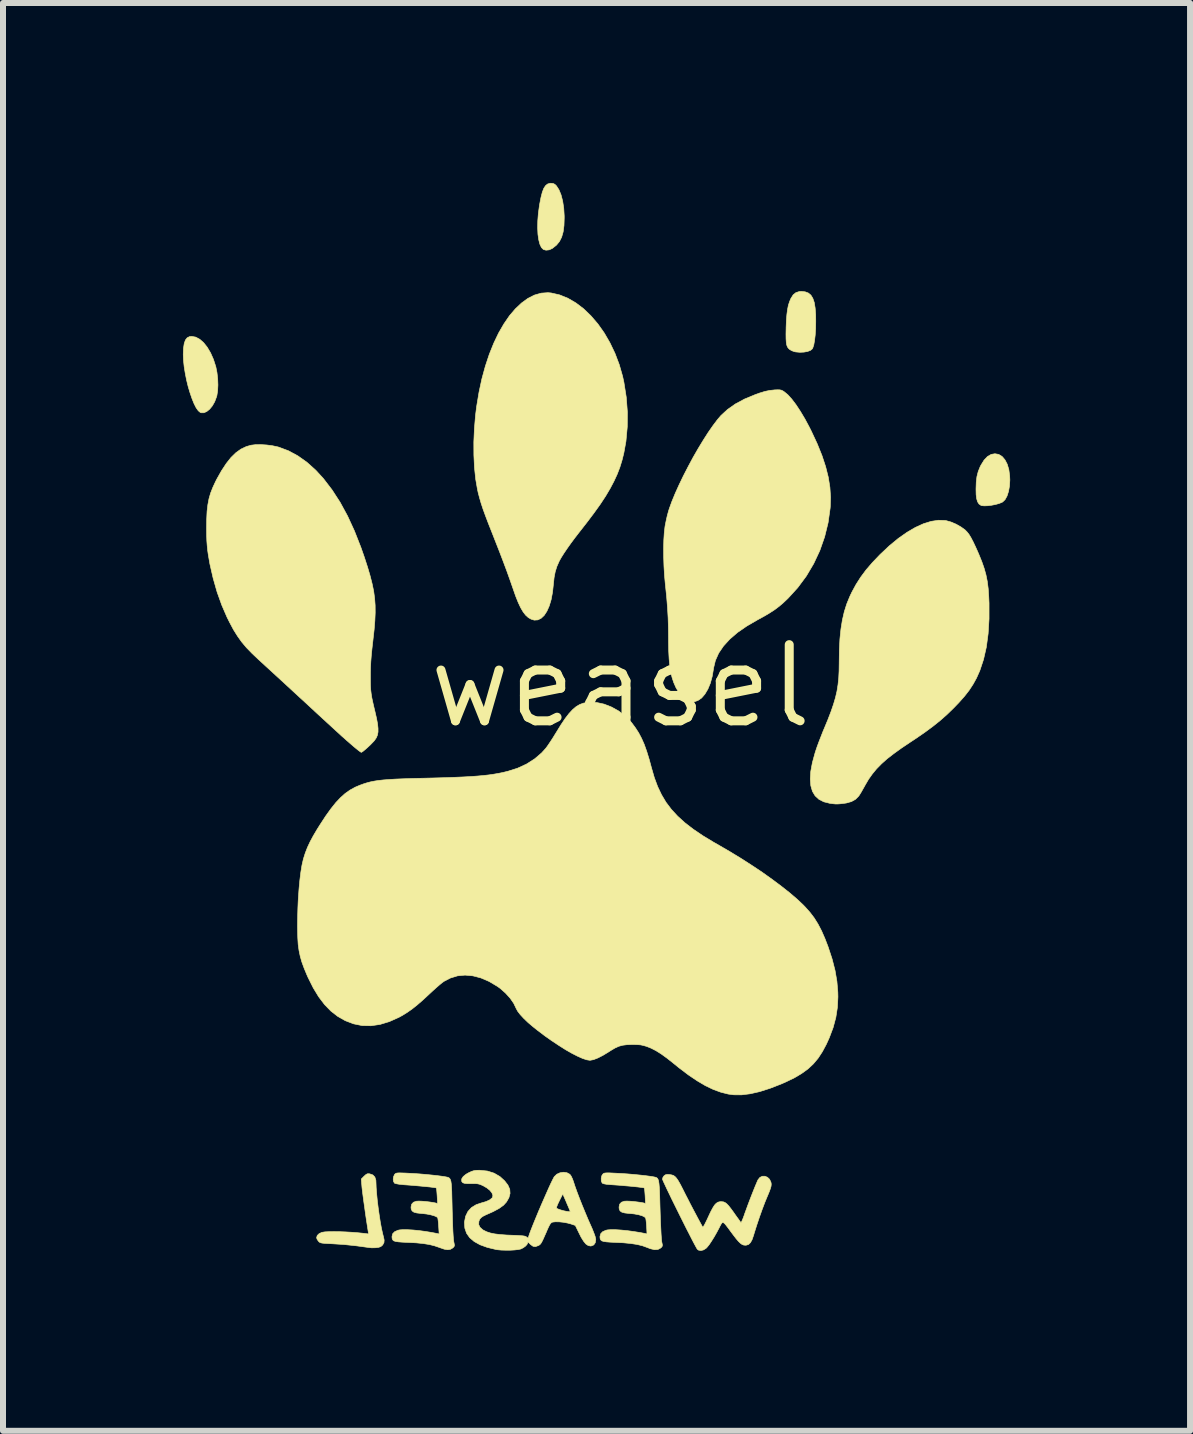
<source format=kicad_pcb>
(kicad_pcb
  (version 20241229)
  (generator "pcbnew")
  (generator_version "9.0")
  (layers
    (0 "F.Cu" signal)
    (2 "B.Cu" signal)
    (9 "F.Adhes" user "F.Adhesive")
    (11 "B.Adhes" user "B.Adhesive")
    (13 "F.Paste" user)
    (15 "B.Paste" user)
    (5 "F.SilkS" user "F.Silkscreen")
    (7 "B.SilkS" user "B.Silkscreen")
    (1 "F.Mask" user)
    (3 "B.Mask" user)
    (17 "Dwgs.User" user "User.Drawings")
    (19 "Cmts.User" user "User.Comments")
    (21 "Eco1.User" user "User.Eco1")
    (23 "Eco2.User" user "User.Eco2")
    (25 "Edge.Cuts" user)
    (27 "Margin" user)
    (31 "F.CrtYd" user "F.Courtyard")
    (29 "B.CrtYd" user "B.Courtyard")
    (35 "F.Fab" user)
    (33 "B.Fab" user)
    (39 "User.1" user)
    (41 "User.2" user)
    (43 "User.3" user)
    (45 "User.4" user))
  (footprint "weasel"
    (layer "F.Cu")
    (at 7.295 8.387)
    (property "Reference" "weasel" (at 0 0 0) (layer "F.SilkS") (effects (font (size 1.27 1.27) (thickness 0.15))))
    (attr through_hole)
    (fp_poly (pts (xy -1.123 -8.378) (xy -1.095 -8.364) (xy -1.069 -8.339) (xy -1.027 -8.274) (xy -0.992 -8.189) (xy -0.965 -8.085) (xy -0.947 -7.966) (xy -0.939 -7.836) (xy -0.939 -7.802) (xy -0.943 -7.676) (xy -0.957 -7.571) (xy -0.982 -7.484) (xy -1.018 -7.412) (xy -1.068 -7.351) (xy -1.132 -7.3) (xy -1.135 -7.297) (xy -1.189 -7.272) (xy -1.242 -7.266) (xy -1.286 -7.278) (xy -1.319 -7.311) (xy -1.345 -7.366) (xy -1.364 -7.44) (xy -1.377 -7.531) (xy -1.382 -7.637) (xy -1.38 -7.754) (xy -1.37 -7.88) (xy -1.352 -8.012) (xy -1.347 -8.041) (xy -1.326 -8.149) (xy -1.304 -8.234) (xy -1.279 -8.298) (xy -1.25 -8.342) (xy -1.217 -8.369) (xy -1.178 -8.381) (xy -1.161 -8.382) (xy -1.123 -8.378)) (stroke (width 0.01) (type solid)) (fill yes) (layer "F.SilkS"))
    (fp_poly (pts (xy 6.304 -3.862) (xy 6.361 -3.827) (xy 6.408 -3.772) (xy 6.446 -3.699) (xy 6.473 -3.609) (xy 6.487 -3.504) (xy 6.49 -3.435) (xy 6.484 -3.335) (xy 6.468 -3.245) (xy 6.443 -3.168) (xy 6.41 -3.108) (xy 6.371 -3.07) (xy 6.361 -3.064) (xy 6.312 -3.044) (xy 6.251 -3.027) (xy 6.184 -3.014) (xy 6.119 -3.006) (xy 6.063 -3.004) (xy 6.02 -3.008) (xy 6.007 -3.013) (xy 5.975 -3.036) (xy 5.952 -3.072) (xy 5.937 -3.122) (xy 5.928 -3.19) (xy 5.926 -3.279) (xy 5.926 -3.289) (xy 5.93 -3.4) (xy 5.941 -3.492) (xy 5.962 -3.574) (xy 5.993 -3.652) (xy 6.008 -3.682) (xy 6.06 -3.766) (xy 6.118 -3.827) (xy 6.179 -3.862) (xy 6.241 -3.873) (xy 6.304 -3.862)) (stroke (width 0.01) (type solid)) (fill yes) (layer "F.SilkS"))
    (fp_poly (pts (xy -7.082 -5.817) (xy -7.015 -5.781) (xy -6.95 -5.724) (xy -6.89 -5.648) (xy -6.835 -5.555) (xy -6.787 -5.447) (xy -6.748 -5.326) (xy -6.747 -5.323) (xy -6.728 -5.227) (xy -6.716 -5.123) (xy -6.712 -5.019) (xy -6.717 -4.922) (xy -6.73 -4.839) (xy -6.736 -4.82) (xy -6.766 -4.74) (xy -6.805 -4.671) (xy -6.85 -4.616) (xy -6.898 -4.577) (xy -6.946 -4.556) (xy -6.992 -4.556) (xy -7.007 -4.562) (xy -7.04 -4.59) (xy -7.075 -4.639) (xy -7.11 -4.708) (xy -7.144 -4.792) (xy -7.177 -4.888) (xy -7.208 -4.992) (xy -7.235 -5.102) (xy -7.257 -5.214) (xy -7.275 -5.325) (xy -7.286 -5.432) (xy -7.29 -5.528) (xy -7.286 -5.63) (xy -7.274 -5.71) (xy -7.254 -5.768) (xy -7.224 -5.806) (xy -7.184 -5.826) (xy -7.15 -5.829) (xy -7.082 -5.817)) (stroke (width 0.01) (type solid)) (fill yes) (layer "F.SilkS"))
    (fp_poly (pts (xy 3.078 -6.572) (xy 3.131 -6.552) (xy 3.173 -6.517) (xy 3.205 -6.465) (xy 3.229 -6.395) (xy 3.244 -6.304) (xy 3.253 -6.191) (xy 3.254 -6.077) (xy 3.252 -5.957) (xy 3.245 -5.85) (xy 3.234 -5.759) (xy 3.221 -5.686) (xy 3.204 -5.635) (xy 3.196 -5.621) (xy 3.166 -5.596) (xy 3.118 -5.578) (xy 3.057 -5.567) (xy 2.989 -5.564) (xy 2.921 -5.57) (xy 2.897 -5.575) (xy 2.856 -5.59) (xy 2.821 -5.61) (xy 2.799 -5.63) (xy 2.782 -5.654) (xy 2.77 -5.687) (xy 2.763 -5.73) (xy 2.759 -5.789) (xy 2.758 -5.866) (xy 2.76 -5.964) (xy 2.76 -5.975) (xy 2.765 -6.096) (xy 2.773 -6.196) (xy 2.784 -6.279) (xy 2.798 -6.349) (xy 2.818 -6.41) (xy 2.84 -6.462) (xy 2.878 -6.522) (xy 2.924 -6.559) (xy 2.981 -6.577) (xy 3.014 -6.579) (xy 3.078 -6.572)) (stroke (width 0.01) (type solid)) (fill yes) (layer "F.SilkS"))
    (fp_poly (pts (xy -4.181 8.132) (xy -4.13 8.15) (xy -4.096 8.185) (xy -4.079 8.238) (xy -4.077 8.278) (xy -4.074 8.361) (xy -4.066 8.463) (xy -4.055 8.578) (xy -4.04 8.699) (xy -4.023 8.82) (xy -4.005 8.936) (xy -3.986 9.04) (xy -3.967 9.125) (xy -3.955 9.172) (xy -3.945 9.215) (xy -3.941 9.236) (xy -3.944 9.278) (xy -3.966 9.318) (xy -3.997 9.345) (xy -4.036 9.358) (xy -4.09 9.364) (xy -4.15 9.365) (xy -4.197 9.36) (xy -4.402 9.332) (xy -4.61 9.31) (xy -4.798 9.298) (xy -4.876 9.294) (xy -4.932 9.291) (xy -4.971 9.287) (xy -4.997 9.282) (xy -5.014 9.275) (xy -5.026 9.266) (xy -5.038 9.253) (xy -5.058 9.224) (xy -5.067 9.198) (xy -5.067 9.195) (xy -5.056 9.159) (xy -5.024 9.128) (xy -4.978 9.107) (xy -4.972 9.106) (xy -4.927 9.099) (xy -4.86 9.096) (xy -4.778 9.095) (xy -4.684 9.096) (xy -4.582 9.1) (xy -4.478 9.106) (xy -4.375 9.114) (xy -4.279 9.124) (xy -4.262 9.126) (xy -4.2 9.134) (xy -4.209 9.079) (xy -4.223 8.99) (xy -4.238 8.893) (xy -4.253 8.791) (xy -4.267 8.688) (xy -4.281 8.59) (xy -4.293 8.5) (xy -4.303 8.422) (xy -4.31 8.362) (xy -4.313 8.327) (xy -4.322 8.218) (xy -4.275 8.171) (xy -4.245 8.144) (xy -4.221 8.131) (xy -4.195 8.13) (xy -4.181 8.132)) (stroke (width 0.01) (type solid)) (fill yes) (layer "F.SilkS"))
    (fp_poly (pts (xy -1.156 -6.553) (xy -1.016 -6.521) (xy -0.878 -6.465) (xy -0.744 -6.387) (xy -0.615 -6.289) (xy -0.493 -6.171) (xy -0.378 -6.037) (xy -0.272 -5.887) (xy -0.177 -5.723) (xy -0.093 -5.547) (xy -0.022 -5.36) (xy 0.034 -5.165) (xy 0.056 -5.064) (xy 0.095 -4.816) (xy 0.114 -4.567) (xy 0.112 -4.32) (xy 0.09 -4.08) (xy 0.055 -3.886) (xy 0.025 -3.765) (xy -0.011 -3.648) (xy -0.056 -3.531) (xy -0.11 -3.414) (xy -0.174 -3.293) (xy -0.249 -3.166) (xy -0.338 -3.031) (xy -0.442 -2.886) (xy -0.561 -2.728) (xy -0.697 -2.554) (xy -0.698 -2.553) (xy -0.762 -2.47) (xy -0.826 -2.384) (xy -0.887 -2.298) (xy -0.942 -2.217) (xy -0.987 -2.146) (xy -1.019 -2.089) (xy -1.022 -2.083) (xy -1.061 -1.995) (xy -1.089 -1.906) (xy -1.108 -1.807) (xy -1.119 -1.702) (xy -1.134 -1.563) (xy -1.157 -1.441) (xy -1.189 -1.335) (xy -1.228 -1.247) (xy -1.273 -1.178) (xy -1.324 -1.13) (xy -1.379 -1.103) (xy -1.439 -1.099) (xy -1.493 -1.116) (xy -1.539 -1.143) (xy -1.582 -1.182) (xy -1.623 -1.235) (xy -1.664 -1.304) (xy -1.705 -1.391) (xy -1.748 -1.498) (xy -1.789 -1.615) (xy -1.842 -1.767) (xy -1.896 -1.918) (xy -1.954 -2.073) (xy -2.017 -2.238) (xy -2.087 -2.416) (xy -2.143 -2.559) (xy -2.202 -2.708) (xy -2.251 -2.837) (xy -2.292 -2.949) (xy -2.325 -3.049) (xy -2.351 -3.139) (xy -2.373 -3.222) (xy -2.385 -3.277) (xy -2.415 -3.45) (xy -2.435 -3.643) (xy -2.445 -3.85) (xy -2.446 -4.068) (xy -2.436 -4.292) (xy -2.417 -4.518) (xy -2.399 -4.661) (xy -2.36 -4.896) (xy -2.312 -5.12) (xy -2.254 -5.332) (xy -2.188 -5.531) (xy -2.114 -5.715) (xy -2.033 -5.885) (xy -1.945 -6.037) (xy -1.852 -6.173) (xy -1.753 -6.289) (xy -1.65 -6.386) (xy -1.544 -6.463) (xy -1.435 -6.518) (xy -1.323 -6.55) (xy -1.21 -6.558) (xy -1.156 -6.553)) (stroke (width 0.01) (type solid)) (fill yes) (layer "F.SilkS"))
    (fp_poly (pts (xy 2.655 -4.938) (xy 2.682 -4.932) (xy 2.707 -4.92) (xy 2.731 -4.904) (xy 2.79 -4.855) (xy 2.854 -4.784) (xy 2.924 -4.692) (xy 2.997 -4.581) (xy 3.073 -4.454) (xy 3.149 -4.312) (xy 3.181 -4.248) (xy 3.279 -4.038) (xy 3.358 -3.842) (xy 3.419 -3.657) (xy 3.463 -3.482) (xy 3.49 -3.313) (xy 3.501 -3.148) (xy 3.496 -2.985) (xy 3.494 -2.964) (xy 3.46 -2.723) (xy 3.402 -2.487) (xy 3.322 -2.259) (xy 3.22 -2.041) (xy 3.098 -1.835) (xy 2.955 -1.642) (xy 2.794 -1.465) (xy 2.715 -1.39) (xy 2.645 -1.33) (xy 2.571 -1.274) (xy 2.488 -1.22) (xy 2.392 -1.163) (xy 2.284 -1.104) (xy 2.106 -1.001) (xy 1.951 -0.894) (xy 1.821 -0.782) (xy 1.716 -0.667) (xy 1.636 -0.549) (xy 1.581 -0.426) (xy 1.551 -0.301) (xy 1.549 -0.285) (xy 1.528 -0.161) (xy 1.497 -0.048) (xy 1.456 0.051) (xy 1.406 0.135) (xy 1.351 0.199) (xy 1.291 0.24) (xy 1.23 0.262) (xy 1.174 0.263) (xy 1.115 0.243) (xy 1.108 0.24) (xy 1.042 0.194) (xy 0.981 0.123) (xy 0.925 0.028) (xy 0.92 0.018) (xy 0.886 -0.06) (xy 0.859 -0.142) (xy 0.837 -0.232) (xy 0.821 -0.333) (xy 0.81 -0.448) (xy 0.803 -0.58) (xy 0.8 -0.734) (xy 0.8 -0.794) (xy 0.798 -0.969) (xy 0.793 -1.137) (xy 0.783 -1.306) (xy 0.769 -1.482) (xy 0.749 -1.675) (xy 0.746 -1.702) (xy 0.733 -1.846) (xy 0.724 -1.996) (xy 0.719 -2.147) (xy 0.718 -2.293) (xy 0.721 -2.431) (xy 0.729 -2.554) (xy 0.741 -2.659) (xy 0.747 -2.692) (xy 0.762 -2.766) (xy 0.78 -2.845) (xy 0.8 -2.917) (xy 0.811 -2.953) (xy 0.855 -3.075) (xy 0.911 -3.211) (xy 0.976 -3.355) (xy 1.048 -3.505) (xy 1.127 -3.658) (xy 1.209 -3.811) (xy 1.294 -3.959) (xy 1.379 -4.099) (xy 1.462 -4.229) (xy 1.542 -4.344) (xy 1.616 -4.442) (xy 1.675 -4.511) (xy 1.784 -4.611) (xy 1.915 -4.703) (xy 2.068 -4.785) (xy 2.244 -4.858) (xy 2.319 -4.885) (xy 2.408 -4.912) (xy 2.485 -4.928) (xy 2.559 -4.936) (xy 2.565 -4.937) (xy 2.619 -4.939) (xy 2.655 -4.938)) (stroke (width 0.01) (type solid)) (fill yes) (layer "F.SilkS"))
    (fp_poly (pts (xy 5.414 -2.76) (xy 5.43 -2.757) (xy 5.508 -2.735) (xy 5.593 -2.699) (xy 5.674 -2.653) (xy 5.744 -2.603) (xy 5.744 -2.602) (xy 5.776 -2.57) (xy 5.809 -2.528) (xy 5.843 -2.472) (xy 5.88 -2.401) (xy 5.922 -2.312) (xy 5.971 -2.201) (xy 5.973 -2.196) (xy 6.023 -2.073) (xy 6.062 -1.961) (xy 6.092 -1.853) (xy 6.114 -1.743) (xy 6.129 -1.625) (xy 6.138 -1.492) (xy 6.143 -1.384) (xy 6.143 -1.119) (xy 6.128 -0.874) (xy 6.098 -0.649) (xy 6.051 -0.443) (xy 5.989 -0.257) (xy 5.934 -0.133) (xy 5.877 -0.03) (xy 5.811 0.071) (xy 5.733 0.171) (xy 5.639 0.277) (xy 5.55 0.369) (xy 5.443 0.473) (xy 5.332 0.571) (xy 5.213 0.667) (xy 5.082 0.764) (xy 4.935 0.866) (xy 4.832 0.934) (xy 4.683 1.034) (xy 4.554 1.127) (xy 4.443 1.213) (xy 4.349 1.297) (xy 4.267 1.381) (xy 4.197 1.466) (xy 4.134 1.555) (xy 4.078 1.651) (xy 4.072 1.662) (xy 4.04 1.719) (xy 4.01 1.772) (xy 3.984 1.814) (xy 3.969 1.836) (xy 3.916 1.889) (xy 3.849 1.926) (xy 3.763 1.95) (xy 3.719 1.956) (xy 3.661 1.963) (xy 3.618 1.966) (xy 3.583 1.966) (xy 3.545 1.962) (xy 3.496 1.956) (xy 3.489 1.955) (xy 3.389 1.93) (xy 3.308 1.889) (xy 3.244 1.83) (xy 3.199 1.755) (xy 3.172 1.662) (xy 3.163 1.551) (xy 3.171 1.423) (xy 3.198 1.277) (xy 3.243 1.113) (xy 3.254 1.079) (xy 3.277 1.011) (xy 3.308 0.927) (xy 3.343 0.838) (xy 3.377 0.751) (xy 3.393 0.714) (xy 3.456 0.562) (xy 3.508 0.427) (xy 3.55 0.305) (xy 3.583 0.193) (xy 3.608 0.086) (xy 3.625 -0.021) (xy 3.637 -0.131) (xy 3.643 -0.25) (xy 3.645 -0.381) (xy 3.645 -0.395) (xy 3.648 -0.601) (xy 3.657 -0.785) (xy 3.674 -0.95) (xy 3.698 -1.1) (xy 3.73 -1.239) (xy 3.771 -1.369) (xy 3.822 -1.493) (xy 3.856 -1.565) (xy 3.926 -1.694) (xy 4.004 -1.816) (xy 4.093 -1.936) (xy 4.198 -2.058) (xy 4.321 -2.187) (xy 4.331 -2.197) (xy 4.481 -2.338) (xy 4.629 -2.46) (xy 4.774 -2.562) (xy 4.914 -2.644) (xy 5.05 -2.706) (xy 5.179 -2.746) (xy 5.301 -2.764) (xy 5.414 -2.76)) (stroke (width 0.01) (type solid)) (fill yes) (layer "F.SilkS"))
    (fp_poly (pts (xy -0.186 8.116) (xy -0.124 8.119) (xy -0.083 8.121) (xy 0.014 8.126) (xy 0.117 8.133) (xy 0.222 8.142) (xy 0.323 8.152) (xy 0.414 8.162) (xy 0.49 8.172) (xy 0.536 8.179) (xy 0.562 8.184) (xy 0.584 8.189) (xy 0.602 8.196) (xy 0.616 8.208) (xy 0.627 8.228) (xy 0.635 8.256) (xy 0.641 8.297) (xy 0.646 8.352) (xy 0.65 8.423) (xy 0.653 8.514) (xy 0.656 8.625) (xy 0.659 8.725) (xy 0.663 8.844) (xy 0.667 8.955) (xy 0.672 9.054) (xy 0.676 9.138) (xy 0.681 9.206) (xy 0.685 9.253) (xy 0.689 9.276) (xy 0.697 9.313) (xy 0.696 9.336) (xy 0.685 9.353) (xy 0.669 9.368) (xy 0.624 9.392) (xy 0.567 9.396) (xy 0.497 9.38) (xy 0.443 9.359) (xy 0.366 9.331) (xy 0.276 9.309) (xy 0.171 9.293) (xy 0.046 9.281) (xy -0.081 9.275) (xy -0.169 9.271) (xy -0.235 9.266) (xy -0.282 9.259) (xy -0.313 9.249) (xy -0.331 9.233) (xy -0.34 9.212) (xy -0.343 9.185) (xy -0.343 9.178) (xy -0.331 9.131) (xy -0.298 9.096) (xy -0.243 9.072) (xy -0.214 9.066) (xy -0.156 9.062) (xy -0.079 9.063) (xy 0.013 9.069) (xy 0.115 9.079) (xy 0.223 9.094) (xy 0.33 9.111) (xy 0.402 9.125) (xy 0.441 9.134) (xy 0.435 9.015) (xy 0.431 8.96) (xy 0.426 8.912) (xy 0.421 8.878) (xy 0.418 8.87) (xy 0.399 8.849) (xy 0.358 8.83) (xy 0.299 8.813) (xy 0.228 8.8) (xy 0.147 8.792) (xy 0.14 8.792) (xy 0.07 8.784) (xy 0.022 8.771) (xy -0.008 8.75) (xy -0.022 8.718) (xy -0.025 8.686) (xy -0.015 8.638) (xy 0.015 8.605) (xy 0.065 8.588) (xy 0.106 8.586) (xy 0.157 8.588) (xy 0.22 8.593) (xy 0.285 8.601) (xy 0.344 8.609) (xy 0.385 8.617) (xy 0.416 8.625) (xy 0.41 8.5) (xy 0.406 8.446) (xy 0.402 8.402) (xy 0.398 8.374) (xy 0.395 8.367) (xy 0.381 8.363) (xy 0.344 8.358) (xy 0.29 8.351) (xy 0.221 8.344) (xy 0.141 8.336) (xy 0.055 8.329) (xy -0.035 8.321) (xy -0.124 8.315) (xy -0.168 8.312) (xy -0.234 8.306) (xy -0.278 8.298) (xy -0.303 8.288) (xy -0.307 8.284) (xy -0.321 8.251) (xy -0.322 8.207) (xy -0.313 8.164) (xy -0.298 8.14) (xy -0.288 8.129) (xy -0.275 8.122) (xy -0.257 8.118) (xy -0.229 8.116) (xy -0.186 8.116)) (stroke (width 0.01) (type solid)) (fill yes) (layer "F.SilkS"))
    (fp_poly (pts (xy -5.899 -4.019) (xy -5.802 -4.006) (xy -5.713 -3.987) (xy -5.696 -3.982) (xy -5.536 -3.922) (xy -5.379 -3.837) (xy -5.227 -3.729) (xy -5.081 -3.598) (xy -4.953 -3.458) (xy -4.809 -3.27) (xy -4.675 -3.063) (xy -4.551 -2.835) (xy -4.436 -2.585) (xy -4.329 -2.313) (xy -4.273 -2.153) (xy -4.219 -1.987) (xy -4.176 -1.841) (xy -4.142 -1.708) (xy -4.116 -1.584) (xy -4.1 -1.465) (xy -4.091 -1.345) (xy -4.09 -1.221) (xy -4.096 -1.087) (xy -4.108 -0.939) (xy -4.127 -0.771) (xy -4.129 -0.752) (xy -4.144 -0.622) (xy -4.155 -0.511) (xy -4.163 -0.411) (xy -4.168 -0.315) (xy -4.17 -0.217) (xy -4.17 -0.184) (xy -4.17 -0.089) (xy -4.169 -0.01) (xy -4.165 0.061) (xy -4.157 0.128) (xy -4.146 0.197) (xy -4.129 0.276) (xy -4.107 0.371) (xy -4.094 0.425) (xy -4.068 0.538) (xy -4.051 0.63) (xy -4.043 0.705) (xy -4.043 0.766) (xy -4.053 0.818) (xy -4.072 0.863) (xy -4.1 0.904) (xy -4.106 0.912) (xy -4.137 0.945) (xy -4.175 0.984) (xy -4.217 1.023) (xy -4.258 1.059) (xy -4.292 1.087) (xy -4.316 1.103) (xy -4.323 1.105) (xy -4.337 1.097) (xy -4.367 1.075) (xy -4.407 1.043) (xy -4.455 1.003) (xy -4.464 0.995) (xy -4.499 0.965) (xy -4.533 0.935) (xy -4.568 0.905) (xy -4.605 0.871) (xy -4.647 0.835) (xy -4.693 0.792) (xy -4.747 0.743) (xy -4.809 0.686) (xy -4.882 0.619) (xy -4.967 0.541) (xy -5.065 0.451) (xy -5.178 0.346) (xy -5.308 0.226) (xy -5.34 0.197) (xy -5.443 0.102) (xy -5.547 0.006) (xy -5.648 -0.087) (xy -5.744 -0.175) (xy -5.832 -0.256) (xy -5.911 -0.328) (xy -5.976 -0.388) (xy -6.026 -0.434) (xy -6.035 -0.442) (xy -6.144 -0.545) (xy -6.236 -0.64) (xy -6.315 -0.734) (xy -6.385 -0.832) (xy -6.452 -0.939) (xy -6.518 -1.063) (xy -6.561 -1.149) (xy -6.648 -1.35) (xy -6.726 -1.568) (xy -6.792 -1.799) (xy -6.846 -2.035) (xy -6.873 -2.191) (xy -6.884 -2.268) (xy -6.891 -2.342) (xy -6.897 -2.422) (xy -6.9 -2.512) (xy -6.901 -2.62) (xy -6.901 -2.642) (xy -6.899 -2.787) (xy -6.893 -2.913) (xy -6.88 -3.023) (xy -6.861 -3.123) (xy -6.834 -3.217) (xy -6.797 -3.311) (xy -6.751 -3.41) (xy -6.735 -3.442) (xy -6.653 -3.588) (xy -6.573 -3.71) (xy -6.494 -3.81) (xy -6.412 -3.89) (xy -6.328 -3.95) (xy -6.24 -3.992) (xy -6.16 -4.015) (xy -6.086 -4.024) (xy -5.996 -4.025) (xy -5.899 -4.019)) (stroke (width 0.01) (type solid)) (fill yes) (layer "F.SilkS"))
    (fp_poly (pts (xy -3.648 8.117) (xy -3.584 8.119) (xy -3.55 8.121) (xy -3.453 8.126) (xy -3.35 8.133) (xy -3.245 8.142) (xy -3.144 8.152) (xy -3.053 8.162) (xy -2.977 8.172) (xy -2.932 8.179) (xy -2.904 8.184) (xy -2.881 8.189) (xy -2.862 8.197) (xy -2.848 8.209) (xy -2.837 8.228) (xy -2.828 8.257) (xy -2.822 8.298) (xy -2.818 8.353) (xy -2.814 8.425) (xy -2.812 8.516) (xy -2.809 8.628) (xy -2.807 8.72) (xy -2.803 8.858) (xy -2.799 8.98) (xy -2.795 9.083) (xy -2.79 9.166) (xy -2.785 9.227) (xy -2.78 9.265) (xy -2.779 9.269) (xy -2.771 9.309) (xy -2.77 9.333) (xy -2.779 9.349) (xy -2.798 9.368) (xy -2.799 9.368) (xy -2.836 9.39) (xy -2.881 9.397) (xy -2.938 9.388) (xy -3.011 9.363) (xy -3.021 9.359) (xy -3.1 9.332) (xy -3.188 9.31) (xy -3.289 9.294) (xy -3.407 9.282) (xy -3.545 9.275) (xy -3.548 9.275) (xy -3.637 9.271) (xy -3.702 9.266) (xy -3.749 9.259) (xy -3.78 9.249) (xy -3.798 9.233) (xy -3.807 9.212) (xy -3.81 9.185) (xy -3.81 9.178) (xy -3.799 9.131) (xy -3.765 9.096) (xy -3.71 9.072) (xy -3.681 9.066) (xy -3.624 9.062) (xy -3.548 9.063) (xy -3.458 9.068) (xy -3.358 9.078) (xy -3.253 9.092) (xy -3.149 9.109) (xy -3.065 9.125) (xy -3.024 9.134) (xy -3.032 9.009) (xy -3.036 8.953) (xy -3.041 8.906) (xy -3.046 8.873) (xy -3.049 8.863) (xy -3.069 8.847) (xy -3.11 8.83) (xy -3.165 8.815) (xy -3.231 8.802) (xy -3.301 8.794) (xy -3.327 8.792) (xy -3.397 8.784) (xy -3.445 8.771) (xy -3.475 8.75) (xy -3.49 8.718) (xy -3.493 8.686) (xy -3.482 8.638) (xy -3.452 8.605) (xy -3.402 8.588) (xy -3.361 8.586) (xy -3.31 8.588) (xy -3.247 8.593) (xy -3.181 8.601) (xy -3.122 8.61) (xy -3.082 8.618) (xy -3.05 8.626) (xy -3.057 8.501) (xy -3.061 8.447) (xy -3.065 8.402) (xy -3.069 8.374) (xy -3.072 8.367) (xy -3.087 8.363) (xy -3.123 8.358) (xy -3.179 8.351) (xy -3.25 8.344) (xy -3.333 8.336) (xy -3.424 8.328) (xy -3.521 8.32) (xy -3.62 8.313) (xy -3.634 8.311) (xy -3.687 8.306) (xy -3.732 8.298) (xy -3.762 8.29) (xy -3.768 8.287) (xy -3.784 8.261) (xy -3.79 8.222) (xy -3.784 8.18) (xy -3.768 8.144) (xy -3.764 8.139) (xy -3.754 8.129) (xy -3.741 8.122) (xy -3.722 8.118) (xy -3.692 8.116) (xy -3.648 8.117)) (stroke (width 0.01) (type solid)) (fill yes) (layer "F.SilkS"))
    (fp_poly (pts (xy 0.811 8.143) (xy 0.849 8.149) (xy 0.88 8.158) (xy 0.907 8.176) (xy 0.933 8.204) (xy 0.961 8.245) (xy 0.994 8.303) (xy 1.034 8.38) (xy 1.044 8.4) (xy 1.081 8.474) (xy 1.122 8.553) (xy 1.164 8.636) (xy 1.207 8.718) (xy 1.249 8.797) (xy 1.287 8.869) (xy 1.32 8.93) (xy 1.346 8.978) (xy 1.364 9.01) (xy 1.371 9.021) (xy 1.379 9.013) (xy 1.396 8.987) (xy 1.418 8.944) (xy 1.445 8.889) (xy 1.46 8.856) (xy 1.501 8.768) (xy 1.536 8.702) (xy 1.566 8.654) (xy 1.595 8.623) (xy 1.625 8.604) (xy 1.658 8.596) (xy 1.685 8.596) (xy 1.715 8.599) (xy 1.742 8.61) (xy 1.769 8.63) (xy 1.801 8.663) (xy 1.839 8.711) (xy 1.888 8.778) (xy 1.893 8.786) (xy 1.931 8.84) (xy 1.965 8.886) (xy 1.99 8.922) (xy 2.005 8.942) (xy 2.007 8.945) (xy 2.014 8.937) (xy 2.027 8.91) (xy 2.045 8.867) (xy 2.065 8.812) (xy 2.068 8.801) (xy 2.092 8.736) (xy 2.12 8.659) (xy 2.151 8.577) (xy 2.183 8.494) (xy 2.215 8.413) (xy 2.244 8.341) (xy 2.269 8.282) (xy 2.287 8.24) (xy 2.293 8.229) (xy 2.324 8.191) (xy 2.364 8.172) (xy 2.407 8.172) (xy 2.449 8.189) (xy 2.483 8.221) (xy 2.506 8.268) (xy 2.511 8.29) (xy 2.512 8.315) (xy 2.508 8.344) (xy 2.497 8.381) (xy 2.479 8.43) (xy 2.451 8.498) (xy 2.448 8.504) (xy 2.406 8.606) (xy 2.361 8.725) (xy 2.315 8.854) (xy 2.271 8.985) (xy 2.231 9.112) (xy 2.217 9.159) (xy 2.192 9.231) (xy 2.165 9.279) (xy 2.134 9.309) (xy 2.096 9.321) (xy 2.08 9.322) (xy 2.052 9.319) (xy 2.026 9.309) (xy 1.998 9.289) (xy 1.965 9.257) (xy 1.925 9.21) (xy 1.876 9.146) (xy 1.843 9.102) (xy 1.794 9.035) (xy 1.757 8.987) (xy 1.731 8.957) (xy 1.711 8.944) (xy 1.694 8.947) (xy 1.679 8.966) (xy 1.661 8.998) (xy 1.642 9.036) (xy 1.603 9.109) (xy 1.561 9.183) (xy 1.519 9.25) (xy 1.48 9.309) (xy 1.446 9.352) (xy 1.427 9.372) (xy 1.383 9.4) (xy 1.338 9.411) (xy 1.298 9.403) (xy 1.28 9.388) (xy 1.269 9.371) (xy 1.248 9.333) (xy 1.219 9.279) (xy 1.183 9.21) (xy 1.142 9.129) (xy 1.096 9.04) (xy 1.048 8.944) (xy 0.998 8.844) (xy 0.948 8.743) (xy 0.899 8.644) (xy 0.852 8.549) (xy 0.81 8.461) (xy 0.772 8.383) (xy 0.741 8.316) (xy 0.717 8.265) (xy 0.703 8.232) (xy 0.699 8.22) (xy 0.707 8.19) (xy 0.725 8.165) (xy 0.748 8.148) (xy 0.777 8.142) (xy 0.811 8.143)) (stroke (width 0.01) (type solid)) (fill yes) (layer "F.SilkS"))
    (fp_poly (pts (xy -2.343 8.073) (xy -2.22 8.085) (xy -2.109 8.12) (xy -2.011 8.177) (xy -1.933 8.248) (xy -1.878 8.319) (xy -1.847 8.389) (xy -1.842 8.458) (xy -1.861 8.529) (xy -1.901 8.6) (xy -1.951 8.655) (xy -2.026 8.709) (xy -2.125 8.762) (xy -2.183 8.788) (xy -2.249 8.817) (xy -2.296 8.841) (xy -2.326 8.863) (xy -2.346 8.886) (xy -2.358 8.913) (xy -2.362 8.925) (xy -2.365 8.977) (xy -2.344 9.022) (xy -2.299 9.063) (xy -2.282 9.073) (xy -2.231 9.098) (xy -2.17 9.118) (xy -2.097 9.133) (xy -2.006 9.144) (xy -1.897 9.152) (xy -1.821 9.155) (xy -1.737 9.158) (xy -1.674 9.162) (xy -1.63 9.165) (xy -1.599 9.17) (xy -1.58 9.176) (xy -1.566 9.185) (xy -1.565 9.186) (xy -1.547 9.2) (xy -1.538 9.196) (xy -1.531 9.173) (xy -1.52 9.139) (xy -1.5 9.085) (xy -1.473 9.016) (xy -1.44 8.934) (xy -1.403 8.844) (xy -1.363 8.747) (xy -1.344 8.704) (xy -1.067 8.704) (xy -1.065 8.707) (xy -1.036 8.72) (xy -0.996 8.734) (xy -0.95 8.747) (xy -0.906 8.756) (xy -0.868 8.762) (xy -0.844 8.763) (xy -0.838 8.759) (xy -0.843 8.747) (xy -0.856 8.715) (xy -0.875 8.67) (xy -0.899 8.615) (xy -0.9 8.611) (xy -0.963 8.467) (xy -1.021 8.582) (xy -1.05 8.643) (xy -1.065 8.683) (xy -1.067 8.704) (xy -1.344 8.704) (xy -1.321 8.649) (xy -1.278 8.551) (xy -1.237 8.458) (xy -1.199 8.372) (xy -1.165 8.298) (xy -1.136 8.238) (xy -1.114 8.195) (xy -1.103 8.177) (xy -1.062 8.138) (xy -1.009 8.114) (xy -0.95 8.105) (xy -0.894 8.113) (xy -0.846 8.139) (xy -0.843 8.142) (xy -0.822 8.172) (xy -0.8 8.219) (xy -0.785 8.261) (xy -0.76 8.338) (xy -0.726 8.433) (xy -0.685 8.541) (xy -0.639 8.657) (xy -0.59 8.776) (xy -0.541 8.893) (xy -0.514 8.954) (xy -0.473 9.046) (xy -0.444 9.119) (xy -0.424 9.174) (xy -0.415 9.213) (xy -0.413 9.228) (xy -0.422 9.281) (xy -0.447 9.317) (xy -0.488 9.334) (xy -0.503 9.335) (xy -0.541 9.326) (xy -0.578 9.301) (xy -0.616 9.255) (xy -0.657 9.189) (xy -0.691 9.121) (xy -0.754 8.992) (xy -0.831 8.966) (xy -0.889 8.951) (xy -0.955 8.939) (xy -1.023 8.932) (xy -1.084 8.931) (xy -1.13 8.936) (xy -1.135 8.937) (xy -1.151 8.945) (xy -1.166 8.958) (xy -1.182 8.983) (xy -1.202 9.022) (xy -1.228 9.08) (xy -1.236 9.1) (xy -1.269 9.174) (xy -1.293 9.228) (xy -1.312 9.266) (xy -1.327 9.291) (xy -1.341 9.308) (xy -1.356 9.32) (xy -1.371 9.328) (xy -1.419 9.345) (xy -1.458 9.34) (xy -1.497 9.312) (xy -1.501 9.309) (xy -1.528 9.282) (xy -1.543 9.273) (xy -1.549 9.278) (xy -1.549 9.288) (xy -1.56 9.31) (xy -1.586 9.338) (xy -1.622 9.364) (xy -1.661 9.384) (xy -1.664 9.385) (xy -1.706 9.394) (xy -1.767 9.401) (xy -1.839 9.405) (xy -1.915 9.405) (xy -1.989 9.403) (xy -2.053 9.397) (xy -2.077 9.393) (xy -2.222 9.358) (xy -2.343 9.314) (xy -2.44 9.26) (xy -2.515 9.196) (xy -2.567 9.122) (xy -2.596 9.037) (xy -2.602 8.943) (xy -2.601 8.931) (xy -2.583 8.839) (xy -2.544 8.759) (xy -2.485 8.694) (xy -2.407 8.646) (xy -2.321 8.617) (xy -2.242 8.594) (xy -2.181 8.566) (xy -2.141 8.533) (xy -2.133 8.521) (xy -2.129 8.487) (xy -2.145 8.448) (xy -2.179 8.406) (xy -2.229 8.366) (xy -2.291 8.33) (xy -2.302 8.325) (xy -2.344 8.307) (xy -2.381 8.298) (xy -2.424 8.294) (xy -2.48 8.295) (xy -2.549 8.295) (xy -2.597 8.291) (xy -2.628 8.281) (xy -2.644 8.264) (xy -2.648 8.255) (xy -2.648 8.216) (xy -2.623 8.177) (xy -2.575 8.138) (xy -2.531 8.113) (xy -2.483 8.091) (xy -2.445 8.079) (xy -2.405 8.073) (xy -2.352 8.072) (xy -2.343 8.073)) (stroke (width 0.01) (type solid)) (fill yes) (layer "F.SilkS"))
    (fp_poly (pts (xy -0.399 0.274) (xy -0.275 0.301) (xy -0.152 0.349) (xy -0.034 0.414) (xy 0.074 0.496) (xy 0.169 0.592) (xy 0.185 0.611) (xy 0.247 0.695) (xy 0.302 0.78) (xy 0.35 0.871) (xy 0.395 0.973) (xy 0.436 1.088) (xy 0.477 1.221) (xy 0.516 1.365) (xy 0.563 1.527) (xy 0.618 1.675) (xy 0.683 1.812) (xy 0.758 1.938) (xy 0.847 2.056) (xy 0.951 2.169) (xy 1.071 2.278) (xy 1.211 2.386) (xy 1.37 2.494) (xy 1.552 2.604) (xy 1.645 2.657) (xy 1.827 2.763) (xy 2.009 2.874) (xy 2.188 2.989) (xy 2.362 3.105) (xy 2.526 3.222) (xy 2.68 3.337) (xy 2.819 3.447) (xy 2.942 3.552) (xy 3.045 3.649) (xy 3.077 3.682) (xy 3.157 3.772) (xy 3.228 3.865) (xy 3.291 3.966) (xy 3.35 4.079) (xy 3.407 4.209) (xy 3.46 4.347) (xy 3.527 4.551) (xy 3.576 4.742) (xy 3.607 4.924) (xy 3.622 5.103) (xy 3.624 5.182) (xy 3.615 5.357) (xy 3.589 5.525) (xy 3.544 5.693) (xy 3.479 5.865) (xy 3.429 5.975) (xy 3.363 6.098) (xy 3.293 6.205) (xy 3.214 6.299) (xy 3.124 6.383) (xy 3.019 6.459) (xy 2.898 6.531) (xy 2.755 6.6) (xy 2.68 6.633) (xy 2.492 6.706) (xy 2.32 6.761) (xy 2.162 6.797) (xy 2.018 6.815) (xy 1.885 6.814) (xy 1.795 6.802) (xy 1.672 6.771) (xy 1.546 6.725) (xy 1.416 6.663) (xy 1.279 6.582) (xy 1.133 6.484) (xy 0.976 6.365) (xy 0.89 6.295) (xy 0.778 6.206) (xy 0.68 6.135) (xy 0.591 6.079) (xy 0.509 6.037) (xy 0.431 6.006) (xy 0.43 6.006) (xy 0.381 5.992) (xy 0.335 5.982) (xy 0.284 5.978) (xy 0.219 5.976) (xy 0.191 5.976) (xy 0.105 5.979) (xy 0.035 5.988) (xy -0.028 6.005) (xy -0.092 6.034) (xy -0.163 6.076) (xy -0.197 6.098) (xy -0.292 6.156) (xy -0.378 6.2) (xy -0.45 6.228) (xy -0.508 6.239) (xy -0.511 6.239) (xy -0.563 6.231) (xy -0.633 6.208) (xy -0.716 6.171) (xy -0.812 6.122) (xy -0.917 6.062) (xy -1.029 5.991) (xy -1.147 5.913) (xy -1.267 5.828) (xy -1.387 5.737) (xy -1.457 5.681) (xy -1.541 5.61) (xy -1.613 5.541) (xy -1.672 5.477) (xy -1.715 5.421) (xy -1.739 5.377) (xy -1.78 5.291) (xy -1.84 5.204) (xy -1.917 5.119) (xy -2.004 5.042) (xy -2.051 5.008) (xy -2.19 4.925) (xy -2.327 4.866) (xy -2.462 4.831) (xy -2.592 4.819) (xy -2.718 4.831) (xy -2.838 4.868) (xy -2.942 4.922) (xy -2.973 4.944) (xy -3.018 4.981) (xy -3.072 5.028) (xy -3.132 5.082) (xy -3.191 5.137) (xy -3.296 5.234) (xy -3.389 5.315) (xy -3.473 5.382) (xy -3.554 5.439) (xy -3.634 5.489) (xy -3.696 5.523) (xy -3.855 5.594) (xy -4.01 5.641) (xy -4.161 5.663) (xy -4.308 5.66) (xy -4.451 5.631) (xy -4.59 5.578) (xy -4.593 5.576) (xy -4.716 5.506) (xy -4.829 5.418) (xy -4.934 5.31) (xy -5.032 5.181) (xy -5.123 5.031) (xy -5.21 4.857) (xy -5.23 4.812) (xy -5.276 4.701) (xy -5.313 4.6) (xy -5.34 4.505) (xy -5.36 4.409) (xy -5.374 4.308) (xy -5.381 4.195) (xy -5.384 4.065) (xy -5.385 4.007) (xy -5.384 3.91) (xy -5.382 3.805) (xy -5.379 3.701) (xy -5.375 3.606) (xy -5.372 3.549) (xy -5.36 3.38) (xy -5.346 3.232) (xy -5.33 3.103) (xy -5.311 2.987) (xy -5.287 2.882) (xy -5.256 2.784) (xy -5.219 2.689) (xy -5.174 2.593) (xy -5.12 2.493) (xy -5.056 2.385) (xy -5.01 2.312) (xy -4.917 2.169) (xy -4.83 2.048) (xy -4.749 1.946) (xy -4.669 1.861) (xy -4.591 1.791) (xy -4.51 1.734) (xy -4.425 1.687) (xy -4.345 1.653) (xy -4.288 1.632) (xy -4.231 1.614) (xy -4.171 1.598) (xy -4.107 1.585) (xy -4.036 1.574) (xy -3.954 1.565) (xy -3.86 1.558) (xy -3.752 1.551) (xy -3.625 1.546) (xy -3.478 1.541) (xy -3.309 1.537) (xy -3.302 1.537) (xy -3.098 1.532) (xy -2.918 1.527) (xy -2.758 1.521) (xy -2.617 1.515) (xy -2.493 1.508) (xy -2.382 1.5) (xy -2.283 1.491) (xy -2.194 1.481) (xy -2.112 1.469) (xy -2.036 1.456) (xy -1.962 1.441) (xy -1.889 1.423) (xy -1.881 1.421) (xy -1.718 1.37) (xy -1.567 1.3) (xy -1.432 1.214) (xy -1.314 1.113) (xy -1.245 1.036) (xy -1.214 0.994) (xy -1.175 0.936) (xy -1.131 0.869) (xy -1.088 0.799) (xy -1.07 0.77) (xy -0.993 0.645) (xy -0.923 0.541) (xy -0.859 0.458) (xy -0.798 0.392) (xy -0.739 0.342) (xy -0.679 0.307) (xy -0.616 0.284) (xy -0.548 0.272) (xy -0.52 0.269) (xy -0.399 0.274)) (stroke (width 0.01) (type solid)) (fill yes) (layer "F.SilkS")))
  (gr_rect
    (start -3 -3)
    (end 16.789 20.803)
    (stroke (width 0.1) (type default))
    (fill no)
    (layer "Edge.Cuts")))
</source>
